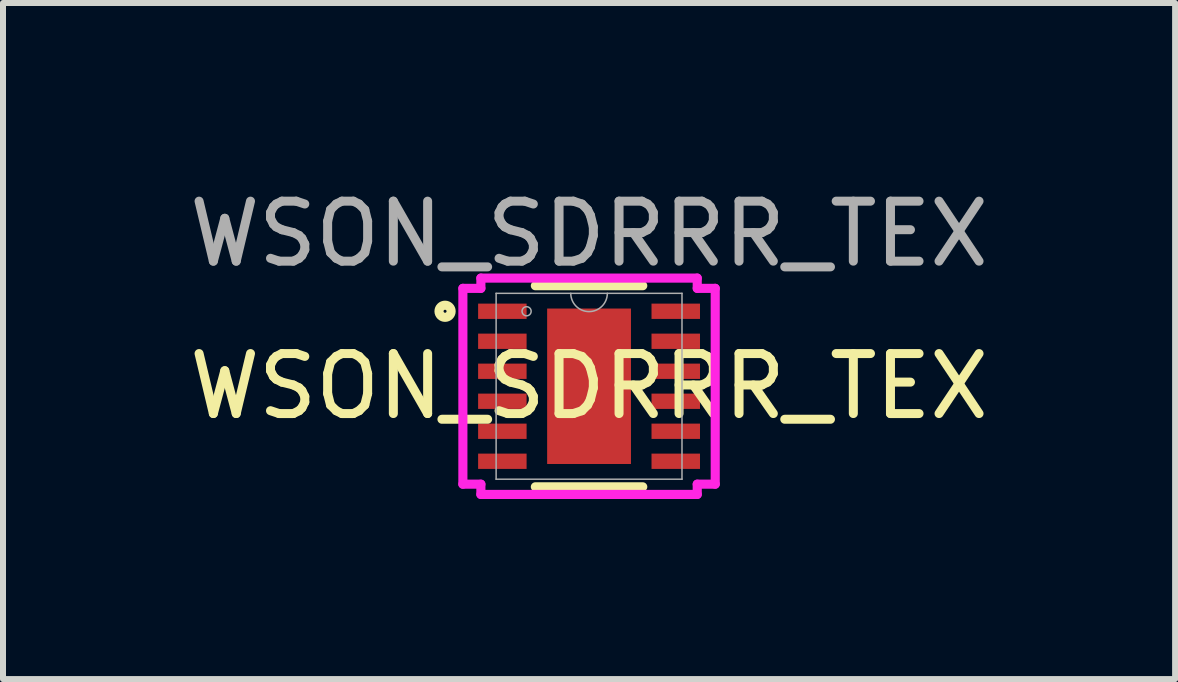
<source format=kicad_pcb>
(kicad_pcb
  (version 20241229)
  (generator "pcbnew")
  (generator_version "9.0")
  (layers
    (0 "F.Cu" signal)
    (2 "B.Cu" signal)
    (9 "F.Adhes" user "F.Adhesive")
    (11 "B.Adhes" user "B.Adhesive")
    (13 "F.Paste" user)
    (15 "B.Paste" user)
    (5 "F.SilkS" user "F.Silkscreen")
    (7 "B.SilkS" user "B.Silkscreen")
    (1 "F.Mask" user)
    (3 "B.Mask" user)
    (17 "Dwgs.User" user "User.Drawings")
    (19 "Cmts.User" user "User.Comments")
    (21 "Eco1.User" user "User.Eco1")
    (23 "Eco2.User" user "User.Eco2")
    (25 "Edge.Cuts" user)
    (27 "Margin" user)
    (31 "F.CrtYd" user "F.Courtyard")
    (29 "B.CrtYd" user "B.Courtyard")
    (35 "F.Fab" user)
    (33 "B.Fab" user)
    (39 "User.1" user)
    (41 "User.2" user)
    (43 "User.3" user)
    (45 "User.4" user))
  (footprint "WSON_SDRRR_TEX"
    (layer "F.Cu")
    (at 6.768 3.388)
    (property "Reference" "WSON_SDRRR_TEX" (at 0 0 0) (unlocked yes) (layer "F.SilkS") (effects (font (size 1 1) (thickness 0.15))))
    (attr smd)
    (fp_line (start -0.895 1.676) (end 0.895 1.676) (stroke (width 0.152) (type solid)) (layer "F.SilkS"))
    (fp_line (start 0.895 -1.676) (end -0.895 -1.676) (stroke (width 0.152) (type solid)) (layer "F.SilkS"))
    (fp_circle (center -2.4 -1.25) (end -2.299 -1.25) (stroke (width 0.152) (type solid)) (fill no) (layer "F.SilkS"))
    (fp_poly (pts (xy -0.599 -1.195) (xy -0.599 -0.1) (xy 0.599 -0.1) (xy 0.599 -1.195)) (stroke (width 0) (type solid)) (fill yes) (layer "F.Paste"))
    (fp_poly (pts (xy -0.599 0.1) (xy -0.599 1.195) (xy 0.599 1.195) (xy 0.599 0.1)) (stroke (width 0) (type solid)) (fill yes) (layer "F.Paste"))
    (fp_line (start -2.103 -1.632) (end -1.803 -1.632) (stroke (width 0.152) (type solid)) (layer "F.CrtYd"))
    (fp_line (start -2.103 1.632) (end -2.103 -1.632) (stroke (width 0.152) (type solid)) (layer "F.CrtYd"))
    (fp_line (start -2.103 1.632) (end -1.803 1.632) (stroke (width 0.152) (type solid)) (layer "F.CrtYd"))
    (fp_line (start -1.803 -1.803) (end 1.803 -1.803) (stroke (width 0.152) (type solid)) (layer "F.CrtYd"))
    (fp_line (start -1.803 -1.632) (end -1.803 -1.803) (stroke (width 0.152) (type solid)) (layer "F.CrtYd"))
    (fp_line (start -1.803 1.803) (end -1.803 1.632) (stroke (width 0.152) (type solid)) (layer "F.CrtYd"))
    (fp_line (start 1.803 -1.803) (end 1.803 -1.632) (stroke (width 0.152) (type solid)) (layer "F.CrtYd"))
    (fp_line (start 1.803 1.632) (end 1.803 1.803) (stroke (width 0.152) (type solid)) (layer "F.CrtYd"))
    (fp_line (start 1.803 1.803) (end -1.803 1.803) (stroke (width 0.152) (type solid)) (layer "F.CrtYd"))
    (fp_line (start 2.103 -1.632) (end 1.803 -1.632) (stroke (width 0.152) (type solid)) (layer "F.CrtYd"))
    (fp_line (start 2.103 -1.632) (end 2.103 1.632) (stroke (width 0.152) (type solid)) (layer "F.CrtYd"))
    (fp_line (start 2.103 1.632) (end 1.803 1.632) (stroke (width 0.152) (type solid)) (layer "F.CrtYd"))
    (fp_line (start -1.549 -1.549) (end -1.549 1.549) (stroke (width 0.025) (type solid)) (layer "F.Fab"))
    (fp_line (start -1.549 1.549) (end 1.549 1.549) (stroke (width 0.025) (type solid)) (layer "F.Fab"))
    (fp_line (start 1.549 -1.549) (end -1.549 -1.549) (stroke (width 0.025) (type solid)) (layer "F.Fab"))
    (fp_line (start 1.549 1.549) (end 1.549 -1.549) (stroke (width 0.025) (type solid)) (layer "F.Fab"))
    (fp_arc (start 0.3048 -1.5494) (mid 0 -1.2446) (end -0.3048 -1.5494) (stroke (width 0.0254) (type solid)) (layer "F.Fab"))
    (fp_circle (center -1.041 -1.25) (end -0.965 -1.25) (stroke (width 0.025) (type solid)) (fill no) (layer "F.Fab"))
    (fp_text user "${REFERENCE}" (at 0 -2.54 0) (unlocked yes) (layer "F.Fab") (effects (font (size 1 1) (thickness 0.15))))
    (pad "1" smd rect (at -1.445 -1.25) (size 0.808 0.255) (layers "F.Cu" "F.Mask" "F.Paste"))
    (pad "2" smd rect (at -1.445 -0.75) (size 0.808 0.255) (layers "F.Cu" "F.Mask" "F.Paste"))
    (pad "3" smd rect (at -1.445 -0.25) (size 0.808 0.255) (layers "F.Cu" "F.Mask" "F.Paste"))
    (pad "4" smd rect (at -1.445 0.25) (size 0.808 0.255) (layers "F.Cu" "F.Mask" "F.Paste"))
    (pad "5" smd rect (at -1.445 0.75) (size 0.808 0.255) (layers "F.Cu" "F.Mask" "F.Paste"))
    (pad "6" smd rect (at -1.445 1.25) (size 0.808 0.255) (layers "F.Cu" "F.Mask" "F.Paste"))
    (pad "7" smd rect (at 1.445 1.25) (size 0.808 0.255) (layers "F.Cu" "F.Mask" "F.Paste"))
    (pad "8" smd rect (at 1.445 0.75) (size 0.808 0.255) (layers "F.Cu" "F.Mask" "F.Paste"))
    (pad "9" smd rect (at 1.445 0.25) (size 0.808 0.255) (layers "F.Cu" "F.Mask" "F.Paste"))
    (pad "10" smd rect (at 1.445 -0.25) (size 0.808 0.255) (layers "F.Cu" "F.Mask" "F.Paste"))
    (pad "11" smd rect (at 1.445 -0.75) (size 0.808 0.255) (layers "F.Cu" "F.Mask" "F.Paste"))
    (pad "12" smd rect (at 1.445 -1.25) (size 0.808 0.255) (layers "F.Cu" "F.Mask" "F.Paste"))
    (pad "13" smd rect (at 0 0) (size 1.397 2.591) (layers "F.Cu" "F.Mask" "F.Paste")))
  (gr_rect
    (start -3 -3)
    (end 16.536 8.268)
    (stroke (width 0.1) (type default))
    (fill no)
    (layer "Edge.Cuts")))
</source>
